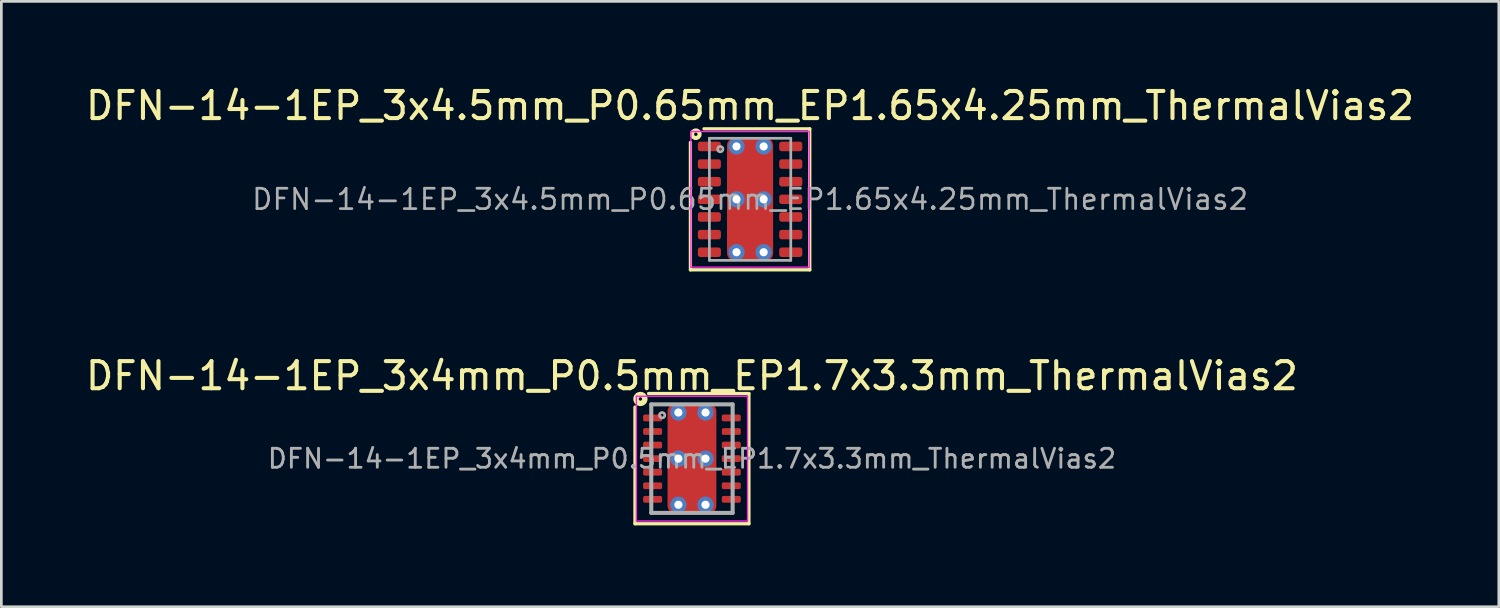
<source format=kicad_pcb>
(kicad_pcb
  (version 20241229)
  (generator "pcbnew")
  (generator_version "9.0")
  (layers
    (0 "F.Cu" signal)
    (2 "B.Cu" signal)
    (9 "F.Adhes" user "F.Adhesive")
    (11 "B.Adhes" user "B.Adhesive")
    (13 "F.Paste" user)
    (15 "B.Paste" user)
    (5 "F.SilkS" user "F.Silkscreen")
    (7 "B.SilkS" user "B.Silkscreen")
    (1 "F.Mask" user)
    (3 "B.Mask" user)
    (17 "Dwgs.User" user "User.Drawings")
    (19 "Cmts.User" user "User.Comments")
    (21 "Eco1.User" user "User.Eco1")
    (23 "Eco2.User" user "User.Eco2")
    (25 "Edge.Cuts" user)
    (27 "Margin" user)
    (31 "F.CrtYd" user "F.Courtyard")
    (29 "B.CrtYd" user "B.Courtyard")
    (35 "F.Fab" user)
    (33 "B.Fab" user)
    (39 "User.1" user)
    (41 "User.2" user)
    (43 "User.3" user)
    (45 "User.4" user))
  (footprint "DFN-14-1EP_3x4.5mm_P0.65mm_EP1.65x4.25mm_ThermalVias2"
    (layer "F.Cu")
    (at 24.601 4.298)
    (property "Reference" "DFN-14-1EP_3x4.5mm_P0.65mm_EP1.65x4.25mm_ThermalVias2" (at 0 -3.45 0) (layer "F.SilkS") (effects (font (size 1 1) (thickness 0.15))))
    (attr smd)
    (fp_line (start -2.2 2.6) (end -2.2 -2.1) (stroke (width 0.12) (type solid)) (layer "F.SilkS"))
    (fp_line (start -1.7 -2.6) (end 2.2 -2.6) (stroke (width 0.12) (type solid)) (layer "F.SilkS"))
    (fp_line (start 2.2 -2.6) (end 2.2 2.6) (stroke (width 0.12) (type solid)) (layer "F.SilkS"))
    (fp_line (start 2.2 2.6) (end -2.2 2.6) (stroke (width 0.12) (type solid)) (layer "F.SilkS"))
    (fp_circle (center -2 -2.4) (end -1.936 -2.4) (stroke (width 0.15) (type solid)) (fill no) (layer "F.SilkS"))
    (fp_line (start -2.18 -2.5) (end -2.18 2.5) (stroke (width 0.05) (type solid)) (layer "F.CrtYd"))
    (fp_line (start -2.18 2.5) (end 2.18 2.5) (stroke (width 0.05) (type solid)) (layer "F.CrtYd"))
    (fp_line (start 2.18 -2.5) (end -2.18 -2.5) (stroke (width 0.05) (type solid)) (layer "F.CrtYd"))
    (fp_line (start 2.18 2.5) (end 2.18 -2.5) (stroke (width 0.05) (type solid)) (layer "F.CrtYd"))
    (fp_line (start -1.5 2.25) (end -1.5 -2.25) (stroke (width 0.1) (type solid)) (layer "F.Fab"))
    (fp_line (start -1.5 2.25) (end 1.5 2.25) (stroke (width 0.1) (type solid)) (layer "F.Fab"))
    (fp_line (start 1.5 -2.25) (end -1.5 -2.25) (stroke (width 0.1) (type solid)) (layer "F.Fab"))
    (fp_line (start 1.5 2.25) (end 1.5 -2.25) (stroke (width 0.1) (type solid)) (layer "F.Fab"))
    (fp_circle (center -1.1 -1.85) (end -1 -1.85) (stroke (width 0.1) (type solid)) (fill no) (layer "F.Fab"))
    (fp_text user "${REFERENCE}" (at 0 0 0) (layer "F.Fab") (effects (font (size 0.75 0.75) (thickness 0.1))))
    (pad "" smd roundrect (at -0.375 -1.312) (size 0.55 0.475) (layers "F.Paste") (roundrect_rratio 0.25))
    (pad "" smd roundrect (at -0.375 -0.637) (size 0.55 0.475) (layers "F.Paste") (roundrect_rratio 0.25))
    (pad "" smd roundrect (at -0.375 0.637) (size 0.55 0.475) (layers "F.Paste") (roundrect_rratio 0.25))
    (pad "" smd roundrect (at -0.375 1.312) (size 0.55 0.475) (layers "F.Paste") (roundrect_rratio 0.25))
    (pad "" smd roundrect (at 0 -0.975) (size 1.5 1.35) (layers "F.Mask") (roundrect_rratio 0.179))
    (pad "" smd roundrect (at 0 0.975) (size 1.5 1.35) (layers "F.Mask") (roundrect_rratio 0.179))
    (pad "" smd roundrect (at 0.375 -1.312) (size 0.55 0.475) (layers "F.Paste") (roundrect_rratio 0.25))
    (pad "" smd roundrect (at 0.375 -0.637) (size 0.55 0.475) (layers "F.Paste") (roundrect_rratio 0.25))
    (pad "" smd roundrect (at 0.375 0.637) (size 0.55 0.475) (layers "F.Paste") (roundrect_rratio 0.25))
    (pad "" smd roundrect (at 0.375 1.312) (size 0.55 0.475) (layers "F.Paste") (roundrect_rratio 0.25))
    (pad "1" smd roundrect (at -1.5 -1.95) (size 0.85 0.35) (layers "F.Cu" "F.Mask" "F.Paste") (roundrect_rratio 0.25))
    (pad "2" smd roundrect (at -1.5 -1.3) (size 0.85 0.35) (layers "F.Cu" "F.Mask" "F.Paste") (roundrect_rratio 0.25))
    (pad "3" smd roundrect (at -1.5 -0.65) (size 0.85 0.35) (layers "F.Cu" "F.Mask" "F.Paste") (roundrect_rratio 0.25))
    (pad "4" smd roundrect (at -1.5 0) (size 0.85 0.35) (layers "F.Cu" "F.Mask" "F.Paste") (roundrect_rratio 0.25))
    (pad "5" smd roundrect (at -1.5 0.65) (size 0.85 0.35) (layers "F.Cu" "F.Mask" "F.Paste") (roundrect_rratio 0.25))
    (pad "6" smd roundrect (at -1.5 1.3) (size 0.85 0.35) (layers "F.Cu" "F.Mask" "F.Paste") (roundrect_rratio 0.25))
    (pad "7" smd roundrect (at -1.5 1.95) (size 0.85 0.35) (layers "F.Cu" "F.Mask" "F.Paste") (roundrect_rratio 0.25))
    (pad "8" smd roundrect (at 1.5 1.95) (size 0.85 0.35) (layers "F.Cu" "F.Mask" "F.Paste") (roundrect_rratio 0.25))
    (pad "9" smd roundrect (at 1.5 1.3) (size 0.85 0.35) (layers "F.Cu" "F.Mask" "F.Paste") (roundrect_rratio 0.25))
    (pad "10" smd roundrect (at 1.5 0.65) (size 0.85 0.35) (layers "F.Cu" "F.Mask" "F.Paste") (roundrect_rratio 0.25))
    (pad "11" smd roundrect (at 1.5 0) (size 0.85 0.35) (layers "F.Cu" "F.Mask" "F.Paste") (roundrect_rratio 0.25))
    (pad "12" smd roundrect (at 1.5 -0.65) (size 0.85 0.35) (layers "F.Cu" "F.Mask" "F.Paste") (roundrect_rratio 0.25))
    (pad "13" smd roundrect (at 1.5 -1.3) (size 0.85 0.35) (layers "F.Cu" "F.Mask" "F.Paste") (roundrect_rratio 0.25))
    (pad "14" smd roundrect (at 1.5 -1.95) (size 0.85 0.35) (layers "F.Cu" "F.Mask" "F.Paste") (roundrect_rratio 0.25))
    (pad "15" thru_hole circle (at -0.5 -1.95) (size 0.6 0.6) (drill 0.3) (property pad_prop_heatsink) (layers "*.Cu" "*.Mask"))
    (pad "15" thru_hole circle (at -0.5 0) (size 0.6 0.6) (drill 0.3) (property pad_prop_heatsink) (layers "*.Cu" "*.Mask"))
    (pad "15" thru_hole circle (at -0.5 1.95) (size 0.6 0.6) (drill 0.3) (property pad_prop_heatsink) (layers "*.Cu" "*.Mask"))
    (pad "15" smd roundrect (at 0 0) (size 1.7 4.5) (layers "F.Cu") (roundrect_rratio 0.147))
    (pad "15" thru_hole circle (at 0.5 -1.95) (size 0.6 0.6) (drill 0.3) (property pad_prop_heatsink) (layers "*.Cu" "*.Mask"))
    (pad "15" thru_hole circle (at 0.5 0) (size 0.6 0.6) (drill 0.3) (property pad_prop_heatsink) (layers "*.Cu" "*.Mask"))
    (pad "15" thru_hole circle (at 0.5 1.95) (size 0.6 0.6) (drill 0.3) (property pad_prop_heatsink) (layers "*.Cu" "*.Mask")))
  (footprint "DFN-14-1EP_3x4mm_P0.5mm_EP1.7x3.3mm_ThermalVias2"
    (layer "F.Cu")
    (at 22.458 13.857)
    (property "Reference" "DFN-14-1EP_3x4mm_P0.5mm_EP1.7x3.3mm_ThermalVias2" (at 0 -3.05 0) (layer "F.SilkS") (effects (font (size 1 1) (thickness 0.15))))
    (attr smd)
    (fp_line (start -2.1 2.4) (end -2.1 -1.9) (stroke (width 0.12) (type solid)) (layer "F.SilkS"))
    (fp_line (start -1.6 -2.4) (end 2.1 -2.4) (stroke (width 0.12) (type solid)) (layer "F.SilkS"))
    (fp_line (start 2.1 -2.4) (end 2.1 2.4) (stroke (width 0.12) (type solid)) (layer "F.SilkS"))
    (fp_line (start 2.1 2.4) (end -2.1 2.4) (stroke (width 0.12) (type solid)) (layer "F.SilkS"))
    (fp_circle (center -1.9 -2.2) (end -1.837 -2.2) (stroke (width 0.2) (type solid)) (fill no) (layer "F.SilkS"))
    (fp_line (start -2.05 -2.3) (end -2.05 2.3) (stroke (width 0.05) (type solid)) (layer "F.CrtYd"))
    (fp_line (start -2.05 -2.3) (end 2.05 -2.3) (stroke (width 0.05) (type solid)) (layer "F.CrtYd"))
    (fp_line (start -2.05 2.3) (end 2.05 2.3) (stroke (width 0.05) (type solid)) (layer "F.CrtYd"))
    (fp_line (start 2.05 -2.3) (end 2.05 2.3) (stroke (width 0.05) (type solid)) (layer "F.CrtYd"))
    (fp_line (start -1.5 -2) (end 1.5 -2) (stroke (width 0.15) (type solid)) (layer "F.Fab"))
    (fp_line (start -1.5 2) (end -1.5 -2) (stroke (width 0.15) (type solid)) (layer "F.Fab"))
    (fp_line (start 1.5 -2) (end 1.5 2) (stroke (width 0.15) (type solid)) (layer "F.Fab"))
    (fp_line (start 1.5 2) (end -1.5 2) (stroke (width 0.15) (type solid)) (layer "F.Fab"))
    (fp_circle (center -1.1 -1.6) (end -1 -1.6) (stroke (width 0.1) (type solid)) (fill no) (layer "F.Fab"))
    (fp_text user "${REFERENCE}" (at 0 0 0) (layer "F.Fab") (effects (font (size 0.7 0.7) (thickness 0.105))))
    (pad "" smd roundrect (at -0.4 -0.85) (size 0.6 0.8) (layers "F.Paste") (roundrect_rratio 0.25))
    (pad "" smd roundrect (at -0.4 0.85) (size 0.6 0.8) (layers "F.Paste") (roundrect_rratio 0.25))
    (pad "" smd roundrect (at 0 -0.85) (size 1.6 1.1) (layers "F.Mask") (roundrect_rratio 0.227))
    (pad "" smd roundrect (at 0 0.85) (size 1.6 1.1) (layers "F.Mask") (roundrect_rratio 0.227))
    (pad "" smd roundrect (at 0.4 -0.85) (size 0.6 0.8) (layers "F.Paste") (roundrect_rratio 0.25))
    (pad "" smd roundrect (at 0.4 0.85) (size 0.6 0.8) (layers "F.Paste") (roundrect_rratio 0.25))
    (pad "1" smd roundrect (at -1.45 -1.5) (size 0.7 0.25) (layers "F.Cu" "F.Mask" "F.Paste") (roundrect_rratio 0.25))
    (pad "2" smd roundrect (at -1.45 -1) (size 0.7 0.25) (layers "F.Cu" "F.Mask" "F.Paste") (roundrect_rratio 0.25))
    (pad "3" smd roundrect (at -1.45 -0.5) (size 0.7 0.25) (layers "F.Cu" "F.Mask" "F.Paste") (roundrect_rratio 0.25))
    (pad "4" smd roundrect (at -1.45 0) (size 0.7 0.25) (layers "F.Cu" "F.Mask" "F.Paste") (roundrect_rratio 0.25))
    (pad "5" smd roundrect (at -1.45 0.5) (size 0.7 0.25) (layers "F.Cu" "F.Mask" "F.Paste") (roundrect_rratio 0.25))
    (pad "6" smd roundrect (at -1.45 1) (size 0.7 0.25) (layers "F.Cu" "F.Mask" "F.Paste") (roundrect_rratio 0.25))
    (pad "7" smd roundrect (at -1.45 1.5) (size 0.7 0.25) (layers "F.Cu" "F.Mask" "F.Paste") (roundrect_rratio 0.25))
    (pad "8" smd roundrect (at 1.45 1.5) (size 0.7 0.25) (layers "F.Cu" "F.Mask" "F.Paste") (roundrect_rratio 0.25))
    (pad "9" smd roundrect (at 1.45 1) (size 0.7 0.25) (layers "F.Cu" "F.Mask" "F.Paste") (roundrect_rratio 0.25))
    (pad "10" smd roundrect (at 1.45 0.5) (size 0.7 0.25) (layers "F.Cu" "F.Mask" "F.Paste") (roundrect_rratio 0.25))
    (pad "11" smd roundrect (at 1.45 0) (size 0.7 0.25) (layers "F.Cu" "F.Mask" "F.Paste") (roundrect_rratio 0.25))
    (pad "12" smd roundrect (at 1.45 -0.5) (size 0.7 0.25) (layers "F.Cu" "F.Mask" "F.Paste") (roundrect_rratio 0.25))
    (pad "13" smd roundrect (at 1.45 -1) (size 0.7 0.25) (layers "F.Cu" "F.Mask" "F.Paste") (roundrect_rratio 0.25))
    (pad "14" smd roundrect (at 1.45 -1.5) (size 0.7 0.25) (layers "F.Cu" "F.Mask" "F.Paste") (roundrect_rratio 0.25))
    (pad "15" thru_hole circle (at -0.5 -1.7) (size 0.6 0.6) (drill 0.3) (property pad_prop_heatsink) (layers "*.Cu" "*.Mask"))
    (pad "15" thru_hole circle (at -0.5 0) (size 0.6 0.6) (drill 0.3) (property pad_prop_heatsink) (layers "*.Cu" "*.Mask"))
    (pad "15" thru_hole circle (at -0.5 1.7) (size 0.6 0.6) (drill 0.3) (property pad_prop_heatsink) (layers "*.Cu" "*.Mask"))
    (pad "15" smd roundrect (at 0 0) (size 1.8 4) (layers "F.Cu") (roundrect_rratio 0.139))
    (pad "15" thru_hole circle (at 0.5 -1.7) (size 0.6 0.6) (drill 0.3) (property pad_prop_heatsink) (layers "*.Cu" "*.Mask"))
    (pad "15" thru_hole circle (at 0.5 0) (size 0.6 0.6) (drill 0.3) (property pad_prop_heatsink) (layers "*.Cu" "*.Mask"))
    (pad "15" thru_hole circle (at 0.5 1.7) (size 0.6 0.6) (drill 0.3) (property pad_prop_heatsink) (layers "*.Cu" "*.Mask")))
  (gr_rect
    (start -3 -3)
    (end 52.202 19.317)
    (stroke (width 0.1) (type default))
    (fill no)
    (layer "Edge.Cuts")))
</source>
